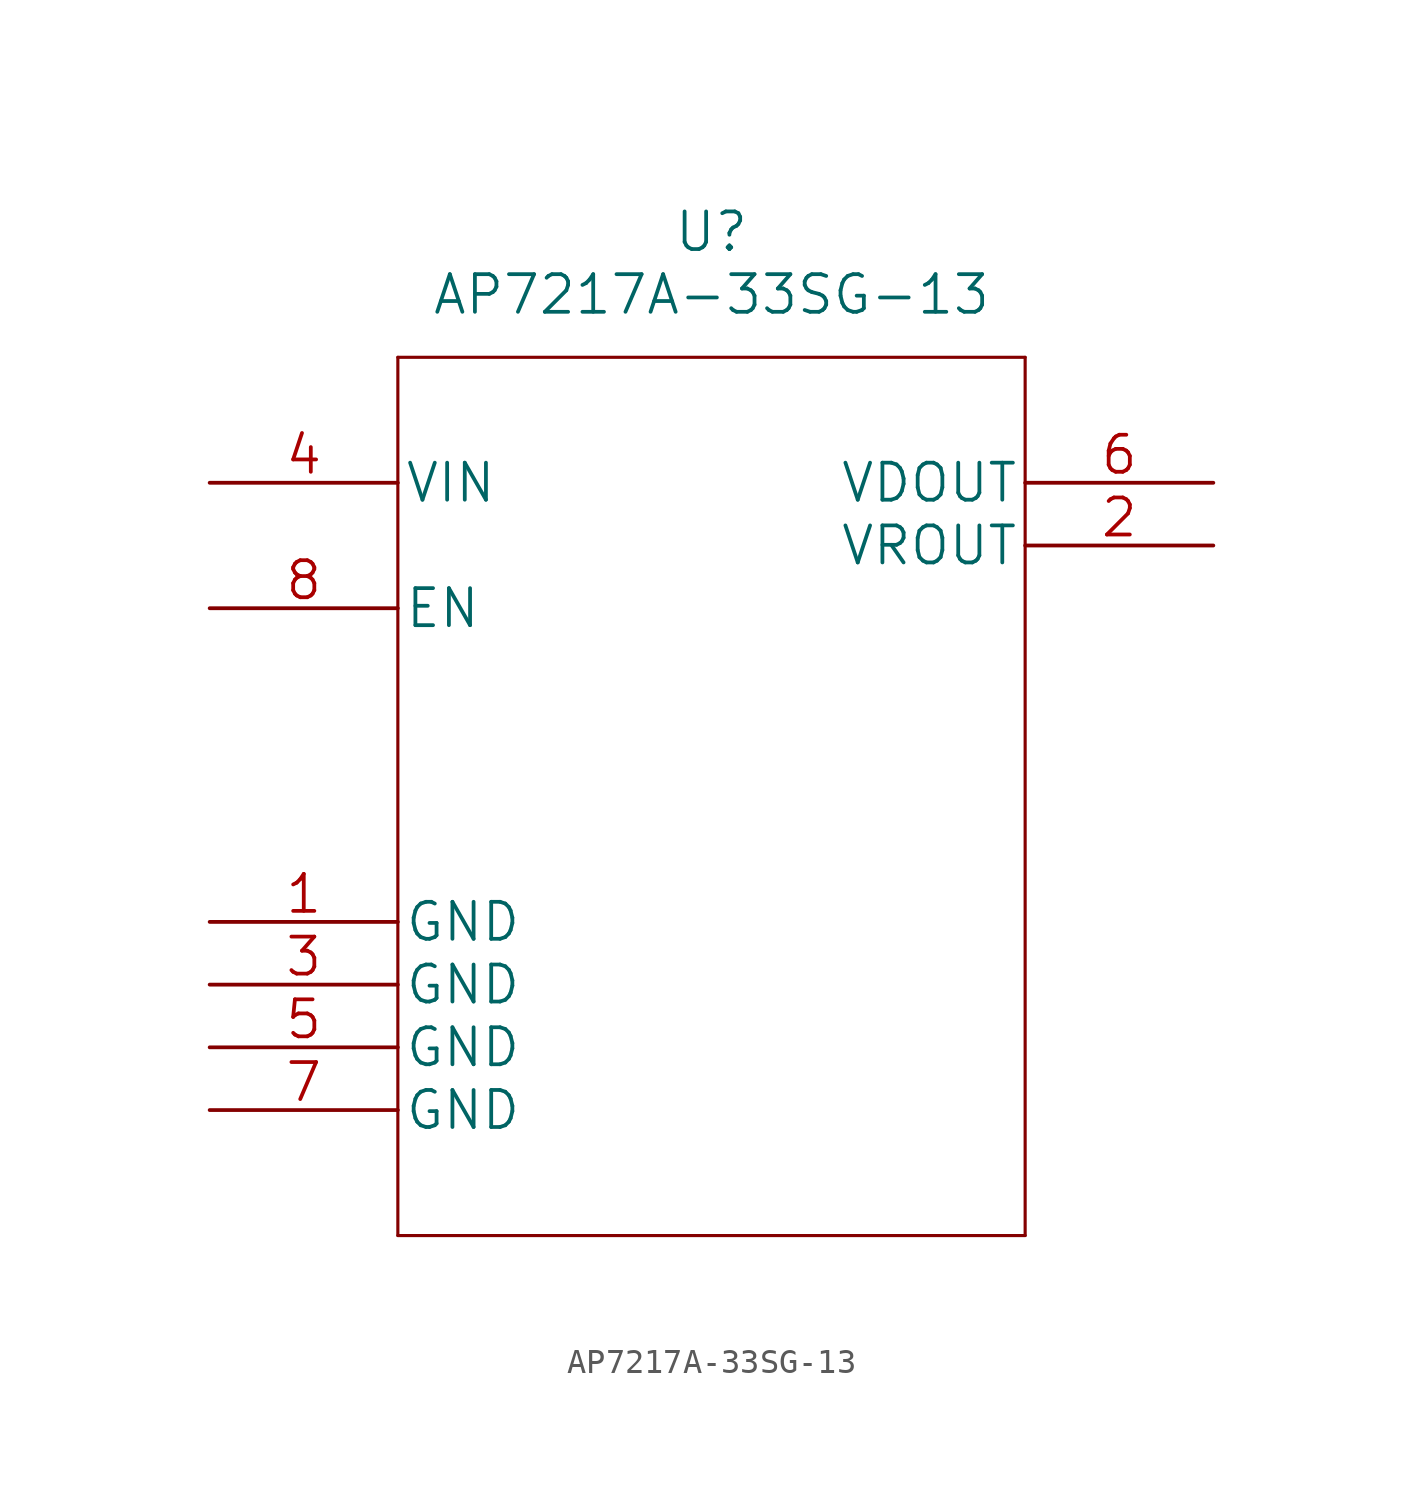
<source format=kicad_sym>
(kicad_symbol_lib
  (version 20211014)
  (generator kicad_symbol_editor)
  (symbol "AP7217A-33SG-13"
    (pin_names
      (offset 0.254))
    (property "Reference" "U"
      (at 20.32 10.16 0)
      (effects (font (size 1.524 1.524))))
    (property "Value" "AP7217A-33SG-13"
      (at 20.32 7.62 0)
      (effects (font (size 1.524 1.524))))
    (property "Datasheet" ""
      (at 0 0 0)
      (effects (font (size 1.524 1.524))))
    (property "ki_locked" ""
      (at 0 0 0)
      (effects (font (size 1.27 1.27))))
    (symbol "AP7217A-33SG-13_1_1"
      (polyline (pts (xy 7.62 -30.48) (xy 33.02 -30.48)) (stroke (width 0.127) (type default) (color 0 0 0 0)) (fill (type none)))
      (polyline (pts (xy 7.62 5.08) (xy 7.62 -30.48)) (stroke (width 0.127) (type default) (color 0 0 0 0)) (fill (type none)))
      (polyline (pts (xy 33.02 -30.48) (xy 33.02 5.08)) (stroke (width 0.127) (type default) (color 0 0 0 0)) (fill (type none)))
      (polyline (pts (xy 33.02 5.08) (xy 7.62 5.08)) (stroke (width 0.127) (type default) (color 0 0 0 0)) (fill (type none)))
      (pin power_in line (at 0 -17.78 0) (length 7.62) (name "GND" (effects (font (size 1.499 1.499)))) (number "1" (effects (font (size 1.499 1.499)))))
      (pin output line (at 40.64 -2.54 180) (length 7.62) (name "VROUT" (effects (font (size 1.499 1.499)))) (number "2" (effects (font (size 1.499 1.499)))))
      (pin power_in line (at 0 -20.32 0) (length 7.62) (name "GND" (effects (font (size 1.499 1.499)))) (number "3" (effects (font (size 1.499 1.499)))))
      (pin input line (at 0 0 0) (length 7.62) (name "VIN" (effects (font (size 1.499 1.499)))) (number "4" (effects (font (size 1.499 1.499)))))
      (pin power_in line (at 0 -22.86 0) (length 7.62) (name "GND" (effects (font (size 1.499 1.499)))) (number "5" (effects (font (size 1.499 1.499)))))
      (pin output line (at 40.64 0 180) (length 7.62) (name "VDOUT" (effects (font (size 1.499 1.499)))) (number "6" (effects (font (size 1.499 1.499)))))
      (pin power_in line (at 0 -25.4 0) (length 7.62) (name "GND" (effects (font (size 1.499 1.499)))) (number "7" (effects (font (size 1.499 1.499)))))
      (pin unspecified line (at 0 -5.08 0) (length 7.62) (name "EN" (effects (font (size 1.499 1.499)))) (number "8" (effects (font (size 1.499 1.499))))))))
</source>
